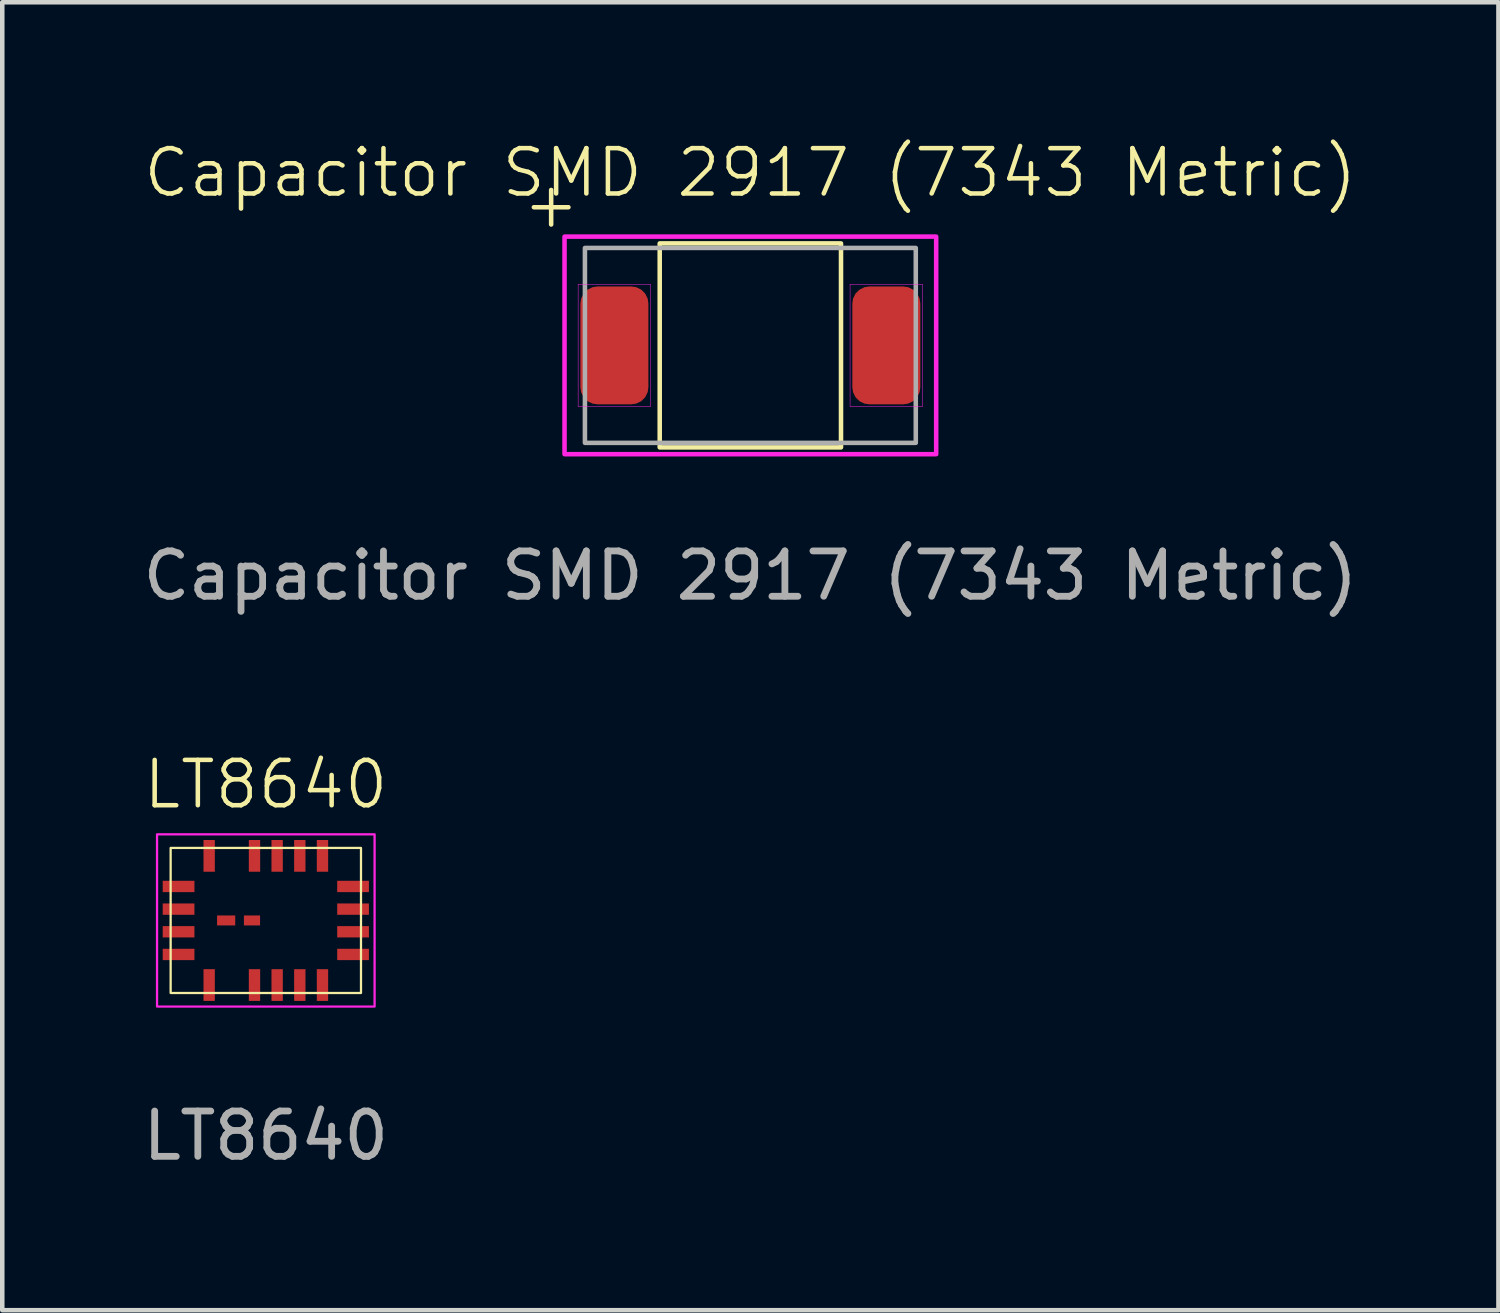
<source format=kicad_pcb>
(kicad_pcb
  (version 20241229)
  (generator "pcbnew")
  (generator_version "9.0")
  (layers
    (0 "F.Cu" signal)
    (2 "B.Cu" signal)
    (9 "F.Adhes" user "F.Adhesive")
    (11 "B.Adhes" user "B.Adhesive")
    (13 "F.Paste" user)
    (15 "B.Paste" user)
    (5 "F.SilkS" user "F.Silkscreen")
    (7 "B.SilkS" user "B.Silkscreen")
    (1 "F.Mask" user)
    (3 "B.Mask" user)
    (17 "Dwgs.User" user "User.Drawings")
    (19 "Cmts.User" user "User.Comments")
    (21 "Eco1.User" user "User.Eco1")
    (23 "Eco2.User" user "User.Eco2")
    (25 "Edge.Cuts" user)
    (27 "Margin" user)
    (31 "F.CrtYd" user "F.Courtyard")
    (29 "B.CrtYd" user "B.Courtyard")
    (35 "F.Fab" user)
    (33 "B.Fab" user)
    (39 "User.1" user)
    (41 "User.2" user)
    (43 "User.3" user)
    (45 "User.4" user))
  (footprint "LT8640"
    (layer "F.Cu")
    (at 2.815 17.259)
    (property "Reference" "LT8640" (at 0 -3 0) (unlocked yes) (layer "F.SilkS") (effects (font (size 1 1) (thickness 0.1))))
    (attr smd)
    (fp_rect (start -2.1 -1.6) (end 2.1 1.6) (stroke (width 0.05) (type default)) (fill no) (layer "F.SilkS"))
    (fp_rect (start -2.4 -1.9) (end 2.4 1.9) (stroke (width 0.05) (type default)) (fill no) (layer "F.CrtYd"))
    (fp_text user "${REFERENCE}" (at 0 4.75 0) (unlocked yes) (layer "F.Fab") (effects (font (size 1 1) (thickness 0.15))))
    (pad "1" smd rect (at 1.25 -1.425 90) (size 0.7 0.25) (layers "F.Cu" "F.Mask" "F.Paste"))
    (pad "2" smd rect (at 0.75 -1.425 90) (size 0.7 0.25) (layers "F.Cu" "F.Mask" "F.Paste"))
    (pad "3" smd rect (at 0.25 -1.425 90) (size 0.7 0.25) (layers "F.Cu" "F.Mask" "F.Paste"))
    (pad "4" smd rect (at -0.25 -1.425 90) (size 0.7 0.25) (layers "F.Cu" "F.Mask" "F.Paste"))
    (pad "6" smd rect (at -1.25 -1.425 90) (size 0.7 0.25) (layers "F.Cu" "F.Mask" "F.Paste"))
    (pad "7" smd rect (at -1.925 -0.75 180) (size 0.7 0.25) (layers "F.Cu" "F.Mask" "F.Paste"))
    (pad "8" smd rect (at -1.925 -0.25 180) (size 0.7 0.25) (layers "F.Cu" "F.Mask" "F.Paste"))
    (pad "9" smd rect (at -1.925 0.25 180) (size 0.7 0.25) (layers "F.Cu" "F.Mask" "F.Paste"))
    (pad "10" smd rect (at -1.925 0.75 180) (size 0.7 0.25) (layers "F.Cu" "F.Mask" "F.Paste"))
    (pad "11" smd rect (at -1.25 1.425 270) (size 0.7 0.25) (layers "F.Cu" "F.Mask" "F.Paste"))
    (pad "13" smd rect (at -0.25 1.425 270) (size 0.7 0.25) (layers "F.Cu" "F.Mask" "F.Paste"))
    (pad "14" smd rect (at 0.25 1.425 270) (size 0.7 0.25) (layers "F.Cu" "F.Mask" "F.Paste"))
    (pad "15" smd rect (at 0.75 1.425 270) (size 0.7 0.25) (layers "F.Cu" "F.Mask" "F.Paste"))
    (pad "16" smd rect (at 1.25 1.425 270) (size 0.7 0.25) (layers "F.Cu" "F.Mask" "F.Paste"))
    (pad "17" smd rect (at 1.925 0.75 180) (size 0.7 0.25) (layers "F.Cu" "F.Mask" "F.Paste"))
    (pad "18" smd rect (at 1.925 0.25 180) (size 0.7 0.25) (layers "F.Cu" "F.Mask" "F.Paste"))
    (pad "19" smd rect (at 1.925 -0.25 180) (size 0.7 0.25) (layers "F.Cu" "F.Mask" "F.Paste"))
    (pad "20" smd rect (at 1.925 -0.75 180) (size 0.7 0.25) (layers "F.Cu" "F.Mask" "F.Paste"))
    (pad "21" smd rect (at -0.875 0) (size 0.4 0.22) (layers "F.Cu" "F.Mask" "F.Paste"))
    (pad "22" smd rect (at -0.305 0) (size 0.356 0.22) (layers "F.Cu" "F.Mask" "F.Paste")))
  (footprint "Capacitor SMD 2917 (7343 Metric)"
    (layer "F.Cu")
    (at 13.506 4.571)
    (property "Reference" "Capacitor SMD 2917 (7343 Metric)" (at 0 -3.81 0) (unlocked yes) (layer "F.SilkS") (effects (font (size 1 1) (thickness 0.1))))
    (attr smd)
    (fp_rect (start -2 2.25) (end 2 -2.25) (stroke (width 0.1) (type default)) (fill no) (layer "F.SilkS"))
    (fp_rect (start -4.1 2.4) (end 4.1 -2.4) (stroke (width 0.1) (type default)) (fill no) (layer "F.CrtYd"))
    (fp_rect (start -3.8 -1.35) (end -2.2 1.35) (stroke (width 0.01) (type default)) (fill no) (layer "F.CrtYd"))
    (fp_rect (start 3.8 -1.35) (end 2.2 1.35) (stroke (width 0.01) (type default)) (fill no) (layer "F.CrtYd"))
    (fp_rect (start -3.65 2.15) (end 3.65 -2.15) (stroke (width 0.1) (type default)) (fill no) (layer "F.Fab"))
    (fp_text user "+" (at -5.08 -2.54 0) (unlocked yes) (layer "F.SilkS") (effects (font (size 1 1) (thickness 0.1)) (justify left bottom)))
    (fp_text user "${REFERENCE}" (at 0 5.08 0) (unlocked yes) (layer "F.Fab") (effects (font (size 1 1) (thickness 0.15))))
    (pad "1" smd roundrect (at -3 0) (size 1.5 2.6) (layers "F.Cu" "F.Mask" "F.Paste") (roundrect_rratio 0.25))
    (pad "2" smd roundrect (at 3 0) (size 1.5 2.6) (layers "F.Cu" "F.Mask" "F.Paste") (roundrect_rratio 0.25)))
  (gr_rect
    (start -3 -3)
    (end 30.012 25.858)
    (stroke (width 0.1) (type default))
    (fill no)
    (layer "Edge.Cuts")))
</source>
